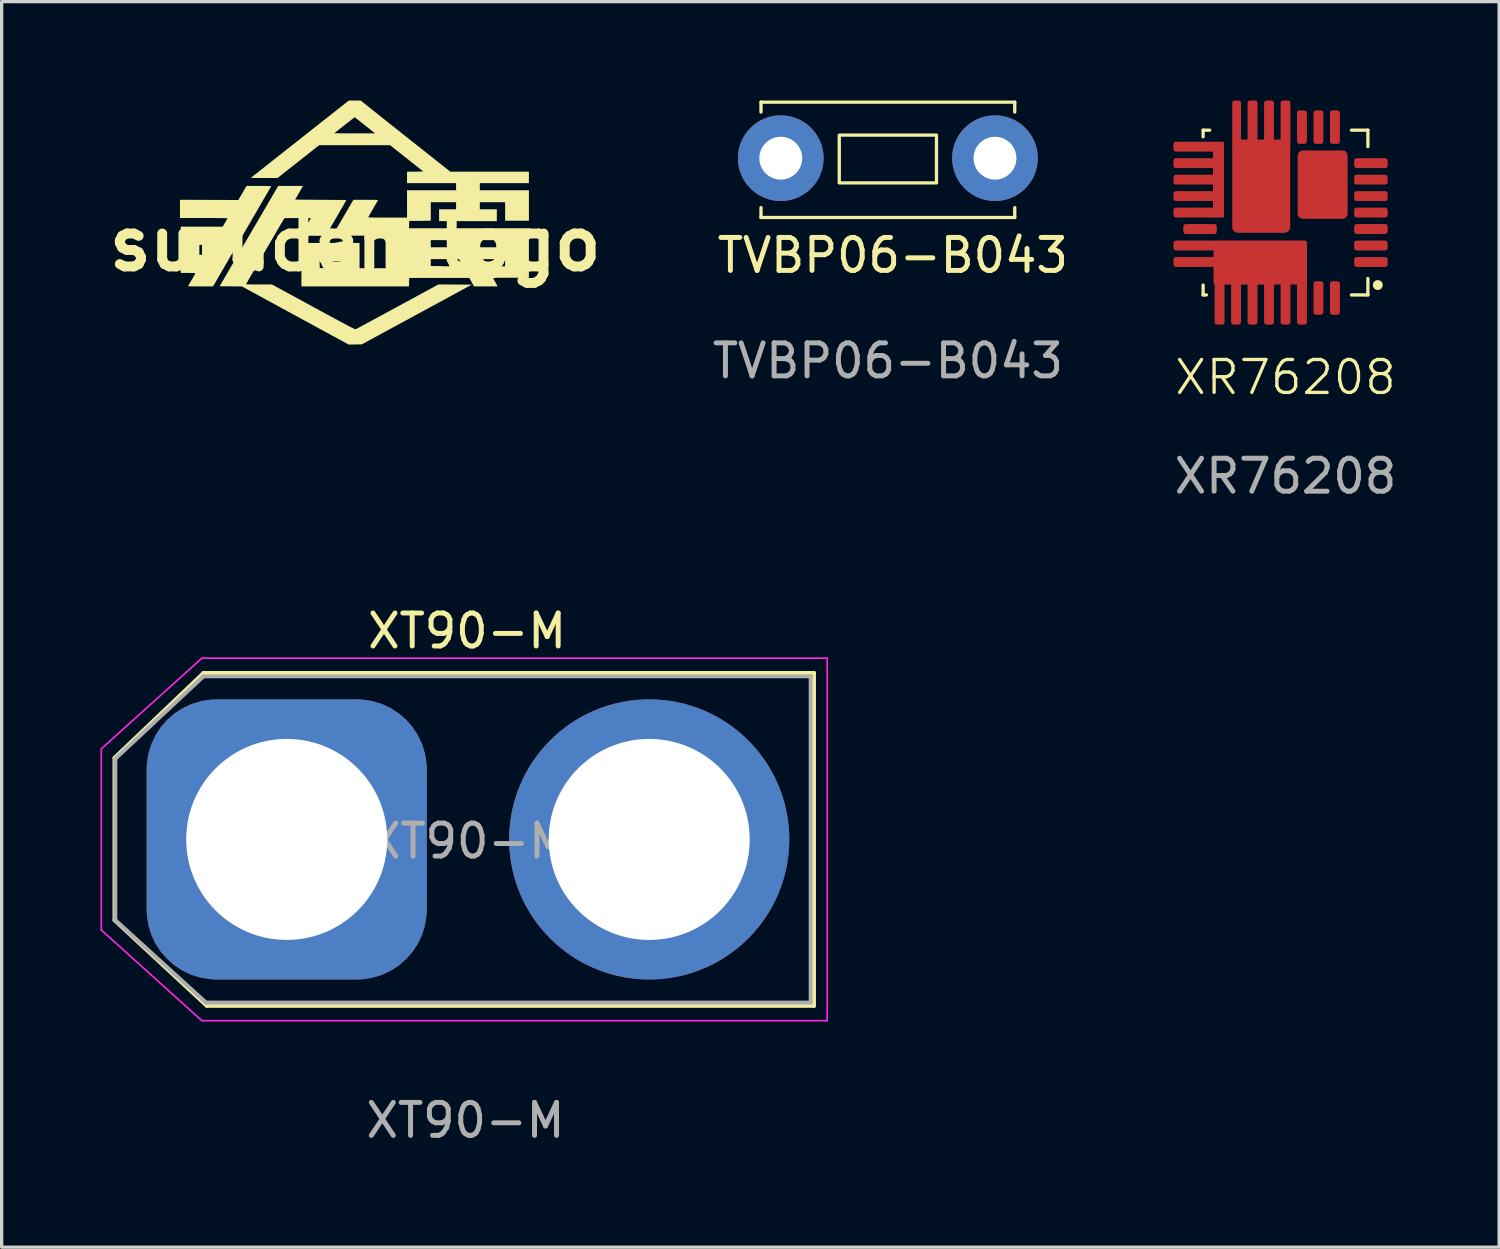
<source format=kicad_pcb>
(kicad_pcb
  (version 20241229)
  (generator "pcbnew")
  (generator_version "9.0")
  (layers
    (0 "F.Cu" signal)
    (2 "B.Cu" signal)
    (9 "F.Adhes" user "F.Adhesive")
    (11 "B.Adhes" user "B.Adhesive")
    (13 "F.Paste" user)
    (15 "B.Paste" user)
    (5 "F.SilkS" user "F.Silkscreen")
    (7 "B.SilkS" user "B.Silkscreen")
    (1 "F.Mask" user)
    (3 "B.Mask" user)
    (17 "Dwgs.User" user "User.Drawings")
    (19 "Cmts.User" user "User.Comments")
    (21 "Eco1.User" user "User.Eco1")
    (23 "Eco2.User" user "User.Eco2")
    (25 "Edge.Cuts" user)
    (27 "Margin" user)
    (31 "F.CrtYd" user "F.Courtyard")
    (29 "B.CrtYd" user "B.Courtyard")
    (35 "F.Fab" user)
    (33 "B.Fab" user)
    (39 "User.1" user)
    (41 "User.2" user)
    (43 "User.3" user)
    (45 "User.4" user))
  (footprint "XT90-M"
    (layer "F.Cu")
    (at 11.125 28.547)
    (property "Reference" "XT90-M" (at 0 -12.45 0) (unlocked yes) (layer "F.SilkS") (effects (font (size 1 1) (thickness 0.15))))
    (attr through_hole)
    (fp_line (start -10.7 -8.6) (end -10.7 -3.675) (stroke (width 0.12) (type solid)) (layer "F.SilkS"))
    (fp_line (start -10.7 -3.675) (end -7.9 -1.075) (stroke (width 0.12) (type default)) (layer "F.SilkS"))
    (fp_line (start -8 -11.175) (end -10.7 -8.6) (stroke (width 0.12) (type default)) (layer "F.SilkS"))
    (fp_line (start -7.9 -1.075) (end 10.525 -1.075) (stroke (width 0.12) (type solid)) (layer "F.SilkS"))
    (fp_line (start 10.525 -11.175) (end -8 -11.175) (stroke (width 0.12) (type solid)) (layer "F.SilkS"))
    (fp_line (start 10.525 -1.075) (end 10.525 -11.175) (stroke (width 0.12) (type solid)) (layer "F.SilkS"))
    (fp_line (start -11.1 -8.875) (end -8.05 -11.625) (stroke (width 0.05) (type solid)) (layer "F.CrtYd"))
    (fp_line (start -11.1 -3.375) (end -11.1 -8.875) (stroke (width 0.05) (type solid)) (layer "F.CrtYd"))
    (fp_line (start -8.05 -11.625) (end 10.925 -11.625) (stroke (width 0.05) (type solid)) (layer "F.CrtYd"))
    (fp_line (start -8.05 -0.625) (end -11.1 -3.375) (stroke (width 0.05) (type solid)) (layer "F.CrtYd"))
    (fp_line (start 10.925 -11.625) (end 10.925 -0.625) (stroke (width 0.05) (type solid)) (layer "F.CrtYd"))
    (fp_line (start 10.925 -0.625) (end -8.05 -0.625) (stroke (width 0.05) (type solid)) (layer "F.CrtYd"))
    (fp_line (start -10.675 -8.575) (end -10.675 -3.675) (stroke (width 0.12) (type solid)) (layer "F.Fab"))
    (fp_line (start -10.675 -3.675) (end -7.925 -1.175) (stroke (width 0.12) (type solid)) (layer "F.Fab"))
    (fp_line (start -8 -11.075) (end -10.675 -8.575) (stroke (width 0.12) (type solid)) (layer "F.Fab"))
    (fp_line (start -7.925 -1.175) (end 10.425 -1.175) (stroke (width 0.12) (type solid)) (layer "F.Fab"))
    (fp_line (start 10.425 -11.075) (end -8 -11.075) (stroke (width 0.12) (type solid)) (layer "F.Fab"))
    (fp_line (start 10.425 -1.175) (end 10.425 -11.075) (stroke (width 0.12) (type solid)) (layer "F.Fab"))
    (fp_text user "${REFERENCE}" (at 0.025 -6.075 0) (layer "F.Fab") (effects (font (size 1 1) (thickness 0.15))))
    (fp_text user "${REFERENCE}" (at -0.05 2.4 0) (unlocked yes) (layer "F.Fab") (effects (font (size 1 1) (thickness 0.15))))
    (pad "1" thru_hole roundrect (at -5.475 -6.125) (size 8.5 8.5) (drill 6.1) (layers "*.Cu" "*.Mask") (roundrect_rratio 0.25))
    (pad "2" thru_hole circle (at 5.525 -6.125) (size 8.5 8.5) (drill 6.1) (layers "*.Cu" "*.Mask")))
  (footprint "XR76208"
    (layer "F.Cu")
    (at 35.958 3.4)
    (property "Reference" "XR76208" (at 0 5 0) (unlocked yes) (layer "F.SilkS") (effects (font (size 1 1) (thickness 0.1))))
    (attr smd)
    (fp_line (start -2.5 -2.3) (end -2.5 -2.5) (stroke (width 0.1) (type default)) (layer "F.SilkS"))
    (fp_line (start -2.5 2.2) (end -2.5 2.5) (stroke (width 0.1) (type default)) (layer "F.SilkS"))
    (fp_line (start -2.4 2.5) (end -2.5 2.5) (stroke (width 0.1) (type default)) (layer "F.SilkS"))
    (fp_line (start -2.3 -2.5) (end -2.5 -2.5) (stroke (width 0.1) (type default)) (layer "F.SilkS"))
    (fp_line (start 2 -2.5) (end 2.5 -2.5) (stroke (width 0.1) (type default)) (layer "F.SilkS"))
    (fp_line (start 2 2.5) (end 2.5 2.5) (stroke (width 0.1) (type default)) (layer "F.SilkS"))
    (fp_line (start 2.5 -2) (end 2.5 -2.5) (stroke (width 0.1) (type default)) (layer "F.SilkS"))
    (fp_line (start 2.5 2) (end 2.5 2.5) (stroke (width 0.1) (type default)) (layer "F.SilkS"))
    (fp_circle (center 2.8 2.2) (end 2.7 2.2) (stroke (width 0.1) (type solid)) (fill yes) (layer "F.SilkS"))
    (fp_text user "${REFERENCE}" (at 0 8 0) (unlocked yes) (layer "F.Fab") (effects (font (size 1 1) (thickness 0.15))))
    (pad "1" smd roundrect (at 2.592 1.5) (size 1.016 0.3) (layers "F.Cu" "F.Mask" "F.Paste") (roundrect_rratio 0.25))
    (pad "2" smd roundrect (at 2.592 1) (size 1.016 0.3) (layers "F.Cu" "F.Mask" "F.Paste") (roundrect_rratio 0.25))
    (pad "3" smd roundrect (at 2.592 0.5) (size 1.016 0.3) (layers "F.Cu" "F.Mask" "F.Paste") (roundrect_rratio 0.25))
    (pad "4" smd roundrect (at 2.592 0) (size 1.016 0.3) (layers "F.Cu" "F.Mask" "F.Paste") (roundrect_rratio 0.25))
    (pad "5" smd roundrect (at 2.592 -0.5) (size 1.016 0.3) (layers "F.Cu" "F.Mask" "F.Paste") (roundrect_rratio 0.25))
    (pad "6" smd roundrect (at 2.592 -1) (size 1.016 0.3) (layers "F.Cu" "F.Mask" "F.Paste") (roundrect_rratio 0.25))
    (pad "7" smd roundrect (at 2.592 -1.5) (size 1.016 0.3) (layers "F.Cu" "F.Mask" "F.Paste") (roundrect_rratio 0.25))
    (pad "8" smd roundrect (at 1.5 -2.592 90) (size 1.016 0.3) (layers "F.Cu" "F.Mask" "F.Paste") (roundrect_rratio 0.25))
    (pad "9" smd roundrect (at 1 -2.592 90) (size 1.016 0.3) (layers "F.Cu" "F.Mask" "F.Paste") (roundrect_rratio 0.25))
    (pad "10" smd roundrect (at 0.5 -2.592 90) (size 1.016 0.3) (layers "F.Cu" "F.Mask" "F.Paste") (roundrect_rratio 0.25))
    (pad "11" smd roundrect (at 0 -2.7 90) (size 1.4 0.3) (layers "F.Cu" "F.Mask" "F.Paste") (roundrect_rratio 0.25))
    (pad "12" smd roundrect (at -0.5 -2.742 90) (size 1.316 0.3) (layers "F.Cu" "F.Mask" "F.Paste") (roundrect_rratio 0.25))
    (pad "13" smd roundrect (at -1 -2.742 90) (size 1.316 0.3) (layers "F.Cu" "F.Mask" "F.Paste") (roundrect_rratio 0.25))
    (pad "14" smd roundrect (at -1.483 -2.7 90) (size 1.4 0.266) (layers "F.Cu" "F.Mask" "F.Paste") (roundrect_rratio 0.25))
    (pad "15" smd roundrect (at -2.742 -2 180) (size 1.316 0.3) (layers "F.Cu" "F.Mask" "F.Paste") (roundrect_rratio 0.25))
    (pad "16" smd roundrect (at -2.742 -1.5 180) (size 1.316 0.3) (layers "F.Cu" "F.Mask" "F.Paste") (roundrect_rratio 0.25))
    (pad "17" smd roundrect (at -2.742 -1 180) (size 1.316 0.3) (layers "F.Cu" "F.Mask" "F.Paste") (roundrect_rratio 0.25))
    (pad "18" smd roundrect (at -2.742 -0.5 180) (size 1.316 0.3) (layers "F.Cu" "F.Mask" "F.Paste") (roundrect_rratio 0.25))
    (pad "19" smd roundrect (at -2.742 0 180) (size 1.316 0.3) (layers "F.Cu" "F.Mask" "F.Paste") (roundrect_rratio 0.25))
    (pad "20" smd roundrect (at -2.592 0.5 180) (size 1.016 0.3) (layers "F.Cu" "F.Mask" "F.Paste") (roundrect_rratio 0.25))
    (pad "21" smd roundrect (at -2.7 1 180) (size 1.4 0.3) (layers "F.Cu" "F.Mask" "F.Paste") (roundrect_rratio 0.25))
    (pad "22" smd roundrect (at -2.7 1.5 180) (size 1.4 0.3) (layers "F.Cu" "F.Mask" "F.Paste") (roundrect_rratio 0.25))
    (pad "23" smd roundrect (at -2 2.75 270) (size 1.3 0.3) (layers "F.Cu" "F.Mask" "F.Paste") (roundrect_rratio 0.25))
    (pad "24" smd roundrect (at -1.5 2.75 270) (size 1.3 0.3) (layers "F.Cu" "F.Mask" "F.Paste") (roundrect_rratio 0.25))
    (pad "25" smd roundrect (at -1 2.75 270) (size 1.3 0.3) (layers "F.Cu" "F.Mask" "F.Paste") (roundrect_rratio 0.25))
    (pad "26" smd roundrect (at -0.5 2.75 270) (size 1.3 0.3) (layers "F.Cu" "F.Mask" "F.Paste") (roundrect_rratio 0.25))
    (pad "27" smd roundrect (at 0 2.75 270) (size 1.3 0.3) (layers "F.Cu" "F.Mask" "F.Paste") (roundrect_rratio 0.25))
    (pad "28" smd roundrect (at 0.5 2.7 270) (size 1.4 0.3) (layers "F.Cu" "F.Mask" "F.Paste") (roundrect_rratio 0.25))
    (pad "29" smd roundrect (at 1 2.592 270) (size 1.016 0.3) (layers "F.Cu" "F.Mask" "F.Paste") (roundrect_rratio 0.25))
    (pad "30" smd roundrect (at 1.5 2.592 270) (size 1.016 0.3) (layers "F.Cu" "F.Mask" "F.Paste") (roundrect_rratio 0.25))
    (pad "AGND" smd roundrect (at 1.127 -0.848 270) (size 2.073 1.515) (layers "F.Cu" "F.Mask" "F.Paste") (roundrect_rratio 0.1))
    (pad "PGND" smd roundrect (at -2.033 -1 270) (size 2.3 0.334) (layers "F.Cu" "F.Mask" "F.Paste") (roundrect_rratio 0.1))
    (pad "PVIN" smd roundrect (at -0.766 1.517 270) (size 1.335 2.835) (layers "F.Cu" "F.Mask" "F.Paste") (roundrect_rratio 0.05))
    (pad "SW" smd roundrect (at -0.736 -0.8 270) (size 2.83 1.76) (layers "F.Cu" "F.Mask" "F.Paste") (roundrect_rratio 0.1)))
  (footprint "suruden_logo"
    (layer "F.Cu")
    (at 7.729 4.357)
    (property "Reference" "suruden_logo" (at 0 0 0) (layer "F.SilkS") (effects (font (size 1.5 1.5) (thickness 0.3))))
    (attr board_only exclude_from_pos_files exclude_from_bom)
    (fp_poly (pts (xy -2.814 -1.764) (xy -2.729 -1.764) (xy -2.664 -1.763) (xy -2.616 -1.762) (xy -2.583 -1.759) (xy -2.563 -1.757) (xy -2.554 -1.753) (xy -2.553 -1.748) (xy -2.553 -1.748) (xy -2.56 -1.736) (xy -2.579 -1.704) (xy -2.608 -1.654) (xy -2.647 -1.587) (xy -2.695 -1.503) (xy -2.753 -1.405) (xy -2.818 -1.293) (xy -2.89 -1.168) (xy -2.969 -1.032) (xy -3.054 -0.886) (xy -3.145 -0.73) (xy -3.24 -0.567) (xy -3.338 -0.397) (xy -3.439 -0.224) (xy -4.315 1.284) (xy -4.697 1.284) (xy -4.79 1.284) (xy -4.874 1.283) (xy -4.947 1.282) (xy -5.006 1.281) (xy -5.048 1.279) (xy -5.071 1.277) (xy -5.074 1.275) (xy -5.066 1.263) (xy -5.049 1.233) (xy -5.023 1.189) (xy -4.992 1.136) (xy -4.965 1.09) (xy -4.93 1.031) (xy -4.9 0.978) (xy -4.875 0.935) (xy -4.859 0.905) (xy -4.854 0.895) (xy -4.854 0.889) (xy -4.861 0.884) (xy -4.878 0.88) (xy -4.908 0.878) (xy -4.955 0.877) (xy -5.021 0.876) (xy -5.07 0.876) (xy -5.294 0.876) (xy -5.294 0.174) (xy -5.294 0.024) (xy -4.729 0.024) (xy -4.729 0.174) (xy -4.729 0.324) (xy -4.624 0.324) (xy -4.519 0.324) (xy -4.438 0.187) (xy -4.408 0.135) (xy -4.383 0.09) (xy -4.366 0.056) (xy -4.358 0.038) (xy -4.357 0.037) (xy -4.369 0.031) (xy -4.404 0.027) (xy -4.462 0.025) (xy -4.541 0.024) (xy -4.543 0.024) (xy -4.729 0.024) (xy -5.294 0.024) (xy -5.294 -0.528) (xy -4.658 -0.528) (xy -4.022 -0.528) (xy -3.95 -0.651) (xy -3.921 -0.699) (xy -3.898 -0.74) (xy -3.883 -0.77) (xy -3.877 -0.783) (xy -3.889 -0.784) (xy -3.922 -0.786) (xy -3.976 -0.787) (xy -4.047 -0.789) (xy -4.134 -0.79) (xy -4.235 -0.791) (xy -4.347 -0.792) (xy -4.468 -0.792) (xy -4.597 -0.792) (xy -4.597 -0.792) (xy -5.318 -0.792) (xy -5.318 -1.068) (xy -5.318 -1.345) (xy -4.432 -1.341) (xy -3.547 -1.338) (xy -3.423 -1.551) (xy -3.299 -1.765) (xy -2.921 -1.765)) (stroke (width 0) (type solid)) (fill yes) (layer "F.SilkS"))
    (fp_poly (pts (xy -1.613 -1.714) (xy -1.63 -1.685) (xy -1.656 -1.64) (xy -1.687 -1.586) (xy -1.722 -1.527) (xy -1.733 -1.506) (xy -1.824 -1.35) (xy -1.045 -1.344) (xy -0.266 -1.338) (xy -0.58 -0.795) (xy -0.894 -0.252) (xy -1.276 -0.252) (xy -1.658 -0.252) (xy -1.634 -0.292) (xy -1.62 -0.315) (xy -1.597 -0.354) (xy -1.566 -0.407) (xy -1.529 -0.469) (xy -1.49 -0.537) (xy -1.476 -0.56) (xy -1.344 -0.786) (xy -1.743 -0.789) (xy -1.852 -0.79) (xy -1.94 -0.791) (xy -2.008 -0.79) (xy -2.06 -0.79) (xy -2.097 -0.788) (xy -2.124 -0.786) (xy -2.141 -0.783) (xy -2.151 -0.778) (xy -2.157 -0.773) (xy -2.158 -0.771) (xy -2.167 -0.758) (xy -2.186 -0.725) (xy -2.215 -0.676) (xy -2.253 -0.611) (xy -2.299 -0.532) (xy -2.352 -0.442) (xy -2.41 -0.342) (xy -2.474 -0.233) (xy -2.541 -0.118) (xy -2.61 0.002) (xy -2.682 0.125) (xy -2.754 0.249) (xy -2.826 0.374) (xy -2.897 0.496) (xy -2.966 0.614) (xy -3.031 0.726) (xy -3.092 0.832) (xy -3.147 0.928) (xy -3.196 1.013) (xy -3.238 1.086) (xy -3.272 1.145) (xy -3.296 1.187) (xy -3.31 1.212) (xy -3.313 1.218) (xy -3.302 1.219) (xy -3.269 1.221) (xy -3.218 1.222) (xy -3.151 1.223) (xy -3.071 1.224) (xy -2.982 1.224) (xy -2.92 1.224) (xy -2.527 1.225) (xy -1.268 1.91) (xy -1.075 2.015) (xy -0.902 2.109) (xy -0.748 2.192) (xy -0.611 2.266) (xy -0.492 2.33) (xy -0.388 2.386) (xy -0.299 2.433) (xy -0.224 2.473) (xy -0.161 2.506) (xy -0.109 2.532) (xy -0.068 2.552) (xy -0.037 2.567) (xy -0.013 2.577) (xy 0.003 2.582) (xy 0.013 2.584) (xy 0.017 2.583) (xy 0.03 2.576) (xy 0.064 2.558) (xy 0.116 2.531) (xy 0.184 2.493) (xy 0.269 2.448) (xy 0.368 2.394) (xy 0.48 2.333) (xy 0.604 2.266) (xy 0.738 2.194) (xy 0.882 2.116) (xy 1.033 2.034) (xy 1.19 1.949) (xy 1.283 1.898) (xy 2.525 1.224) (xy 3.031 1.227) (xy 3.537 1.23) (xy 1.868 2.137) (xy 0.198 3.043) (xy 0 3.046) (xy -0.198 3.049) (xy -1.818 2.167) (xy -3.438 1.285) (xy -3.777 1.282) (xy -4.115 1.278) (xy -3.226 -0.243) (xy -2.337 -1.765) (xy -1.96 -1.765) (xy -1.583 -1.765)) (stroke (width 0) (type solid)) (fill yes) (layer "F.SilkS"))
    (fp_poly (pts (xy 0.056 -4.357) (xy 0.111 -4.355) (xy 0.153 -4.352) (xy 0.178 -4.349) (xy 0.182 -4.346) (xy 0.192 -4.338) (xy 0.219 -4.315) (xy 0.263 -4.279) (xy 0.323 -4.231) (xy 0.398 -4.171) (xy 0.486 -4.101) (xy 0.586 -4.021) (xy 0.698 -3.932) (xy 0.821 -3.834) (xy 0.952 -3.73) (xy 1.092 -3.619) (xy 1.239 -3.502) (xy 1.393 -3.38) (xy 1.536 -3.266) (xy 2.887 -2.197) (xy 4.078 -2.197) (xy 5.27 -2.197) (xy 5.27 -2.023) (xy 5.27 -1.849) (xy 4.525 -1.849) (xy 3.781 -1.849) (xy 3.781 -1.741) (xy 3.781 -1.633) (xy 4.525 -1.633) (xy 5.27 -1.633) (xy 5.27 -1.17) (xy 5.27 -0.708) (xy 4.91 -0.708) (xy 4.549 -0.708) (xy 4.549 -0.99) (xy 4.549 -1.272) (xy 4.165 -1.272) (xy 3.781 -1.272) (xy 3.781 -1.164) (xy 3.781 -1.056) (xy 4.039 -1.056) (xy 4.297 -1.056) (xy 4.297 -0.876) (xy 4.297 -0.696) (xy 3.421 -0.696) (xy 2.545 -0.696) (xy 2.545 -0.876) (xy 2.545 -1.056) (xy 2.803 -1.056) (xy 3.061 -1.056) (xy 3.061 -1.164) (xy 3.061 -1.272) (xy 2.677 -1.272) (xy 2.293 -1.272) (xy 2.293 -0.991) (xy 2.293 -0.709) (xy 1.966 -0.705) (xy 1.639 -0.702) (xy 1.635 -0.591) (xy 1.632 -0.48) (xy 3.451 -0.48) (xy 5.27 -0.48) (xy 5.27 0.27) (xy 5.27 1.02) (xy 4.729 1.02) (xy 4.599 1.02) (xy 4.491 1.02) (xy 4.402 1.021) (xy 4.332 1.022) (xy 4.279 1.024) (xy 4.24 1.027) (xy 4.214 1.03) (xy 4.198 1.036) (xy 4.191 1.042) (xy 4.191 1.051) (xy 4.196 1.061) (xy 4.205 1.074) (xy 4.205 1.075) (xy 4.218 1.096) (xy 4.239 1.132) (xy 4.263 1.176) (xy 4.272 1.191) (xy 4.322 1.284) (xy 3.962 1.284) (xy 3.603 1.284) (xy 3.533 1.155) (xy 3.463 1.026) (xy 2.551 1.026) (xy 1.639 1.026) (xy 1.635 1.155) (xy 1.632 1.284) (xy -0.000406 1.284) (xy -1.633 1.284) (xy -1.633 0.624) (xy -1.633 0.516) (xy -1.08 0.516) (xy -1.08 0.616) (xy -1.079 0.663) (xy -1.077 0.7) (xy -1.073 0.722) (xy -1.072 0.724) (xy -1.058 0.727) (xy -1.024 0.728) (xy -0.972 0.729) (xy -0.906 0.73) (xy -0.829 0.73) (xy -0.751 0.729) (xy -0.438 0.726) (xy -0.435 0.621) (xy -0.431 0.516) (xy -0.756 0.516) (xy -1.08 0.516) (xy -1.633 0.516) (xy -1.633 -0.036) (xy -0.75 -0.036) (xy 0.132 -0.036) (xy 0.132 0.348) (xy 0.132 0.732) (xy 0.6 0.732) (xy 1.068 0.732) (xy 1.068 0.456) (xy 2.293 0.456) (xy 2.293 0.564) (xy 2.293 0.672) (xy 2.78 0.672) (xy 3.267 0.672) (xy 3.209 0.564) (xy 3.154 0.461) (xy 3.877 0.461) (xy 3.882 0.473) (xy 3.897 0.501) (xy 3.917 0.541) (xy 3.932 0.569) (xy 3.987 0.672) (xy 4.268 0.672) (xy 4.549 0.672) (xy 4.549 0.564) (xy 4.549 0.456) (xy 4.213 0.456) (xy 4.126 0.456) (xy 4.048 0.457) (xy 3.98 0.457) (xy 3.928 0.458) (xy 3.892 0.459) (xy 3.877 0.461) (xy 3.877 0.461) (xy 3.154 0.461) (xy 3.151 0.456) (xy 2.722 0.456) (xy 2.293 0.456) (xy 1.068 0.456) (xy 1.068 0.24) (xy 1.068 -0.12) (xy 2.293 -0.12) (xy 2.293 -0.012) (xy 2.293 0.096) (xy 2.623 0.096) (xy 2.954 0.096) (xy 2.903 0.003) (xy 2.879 -0.041) (xy 2.858 -0.077) (xy 2.844 -0.101) (xy 2.841 -0.105) (xy 2.831 -0.11) (xy 2.807 -0.114) (xy 2.766 -0.117) (xy 2.708 -0.119) (xy 2.63 -0.12) (xy 2.561 -0.12) (xy 3.553 -0.12) (xy 3.569 -0.093) (xy 3.583 -0.069) (xy 3.604 -0.032) (xy 3.628 0.011) (xy 3.63 0.015) (xy 3.674 0.096) (xy 4.112 0.096) (xy 4.549 0.096) (xy 4.549 -0.012) (xy 4.549 -0.12) (xy 4.051 -0.12) (xy 3.553 -0.12) (xy 2.561 -0.12) (xy 2.293 -0.12) (xy 1.068 -0.12) (xy 1.068 -0.252) (xy 0.189 -0.255) (xy -0.691 -0.258) (xy -0.373 -0.801) (xy -0.055 -1.344) (xy 0.322 -1.344) (xy 0.413 -1.344) (xy 0.497 -1.343) (xy 0.569 -1.342) (xy 0.627 -1.341) (xy 0.669 -1.339) (xy 0.69 -1.337) (xy 0.693 -1.335) (xy 0.685 -1.323) (xy 0.668 -1.293) (xy 0.642 -1.247) (xy 0.609 -1.19) (xy 0.571 -1.124) (xy 0.542 -1.073) (xy 0.501 -1.002) (xy 0.465 -0.939) (xy 0.435 -0.885) (xy 0.413 -0.844) (xy 0.399 -0.819) (xy 0.396 -0.812) (xy 0.408 -0.81) (xy 0.441 -0.809) (xy 0.494 -0.808) (xy 0.564 -0.807) (xy 0.648 -0.806) (xy 0.746 -0.805) (xy 0.853 -0.804) (xy 0.968 -0.804) (xy 0.984 -0.804) (xy 1.572 -0.804) (xy 1.572 -1.218) (xy 1.572 -1.633) (xy 2.317 -1.633) (xy 3.061 -1.633) (xy 3.061 -1.741) (xy 3.061 -1.849) (xy 2.317 -1.849) (xy 1.572 -1.849) (xy 1.572 -2.022) (xy 1.572 -2.196) (xy 1.819 -2.199) (xy 2.066 -2.203) (xy 1.562 -2.602) (xy 1.058 -3.001) (xy -0.02 -3.001) (xy -1.098 -3) (xy -1.728 -2.502) (xy -2.358 -2.005) (xy -2.766 -2.005) (xy -2.863 -2.005) (xy -2.951 -2.006) (xy -3.027 -2.007) (xy -3.089 -2.009) (xy -3.133 -2.011) (xy -3.158 -2.013) (xy -3.162 -2.015) (xy -3.152 -2.023) (xy -3.123 -2.046) (xy -3.078 -2.082) (xy -3.017 -2.13) (xy -2.941 -2.19) (xy -2.852 -2.261) (xy -2.75 -2.341) (xy -2.636 -2.431) (xy -2.511 -2.53) (xy -2.376 -2.636) (xy -2.233 -2.749) (xy -2.083 -2.868) (xy -1.925 -2.992) (xy -1.762 -3.12) (xy -1.672 -3.191) (xy -1.452 -3.365) (xy -0.635 -3.365) (xy -0.625 -3.364) (xy -0.592 -3.364) (xy -0.54 -3.363) (xy -0.471 -3.362) (xy -0.386 -3.362) (xy -0.289 -3.361) (xy -0.18 -3.361) (xy -0.063 -3.361) (xy -0.019 -3.361) (xy 0.603 -3.361) (xy 0.425 -3.502) (xy 0.356 -3.556) (xy 0.283 -3.614) (xy 0.211 -3.671) (xy 0.147 -3.721) (xy 0.115 -3.747) (xy -0.017 -3.851) (xy -0.059 -3.818) (xy -0.077 -3.804) (xy -0.11 -3.779) (xy -0.154 -3.744) (xy -0.208 -3.701) (xy -0.269 -3.654) (xy -0.332 -3.603) (xy -0.397 -3.553) (xy -0.459 -3.504) (xy -0.516 -3.459) (xy -0.565 -3.42) (xy -0.603 -3.39) (xy -0.628 -3.371) (xy -0.635 -3.365) (xy -1.452 -3.365) (xy -0.193 -4.357) (xy -0.008 -4.357)) (stroke (width 0) (type solid)) (fill yes) (layer "F.SilkS")))
  (footprint "TVBP06-B043"
    (layer "F.Cu")
    (at 20.642 1.75)
    (property "Reference" "TVBP06-B043" (at 3.4 2.95 0) (unlocked yes) (layer "F.SilkS") (effects (font (size 1 1) (thickness 0.15))))
    (attr through_hole)
    (fp_line (start -0.6 -1.7) (end -0.6 -1.4) (stroke (width 0.1) (type default)) (layer "F.SilkS"))
    (fp_line (start -0.6 -1.7) (end 7.1 -1.7) (stroke (width 0.1) (type default)) (layer "F.SilkS"))
    (fp_line (start -0.6 1.8) (end -0.6 1.5) (stroke (width 0.1) (type default)) (layer "F.SilkS"))
    (fp_line (start 7.1 -1.7) (end 7.1 -1.4) (stroke (width 0.1) (type default)) (layer "F.SilkS"))
    (fp_line (start 7.1 1.8) (end -0.6 1.8) (stroke (width 0.1) (type default)) (layer "F.SilkS"))
    (fp_line (start 7.1 1.8) (end 7.1 1.5) (stroke (width 0.1) (type default)) (layer "F.SilkS"))
    (fp_rect (start 1.775 -0.7) (end 4.725 0.75) (stroke (width 0.1) (type default)) (fill no) (layer "F.SilkS"))
    (fp_text user "${REFERENCE}" (at 3.25 6.15 0) (unlocked yes) (layer "F.Fab") (effects (font (size 1 1) (thickness 0.15))))
    (pad "1" thru_hole circle (at 0 0 90) (size 2.6 2.6) (drill 1.3) (layers "*.Cu" "*.Mask"))
    (pad "2" thru_hole circle (at 6.5 0 90) (size 2.6 2.6) (drill 1.3) (layers "*.Cu" "*.Mask")))
  (gr_rect
    (start -3 -3)
    (end 42.44 34.795)
    (stroke (width 0.1) (type default))
    (fill no)
    (layer "Edge.Cuts")))
</source>
